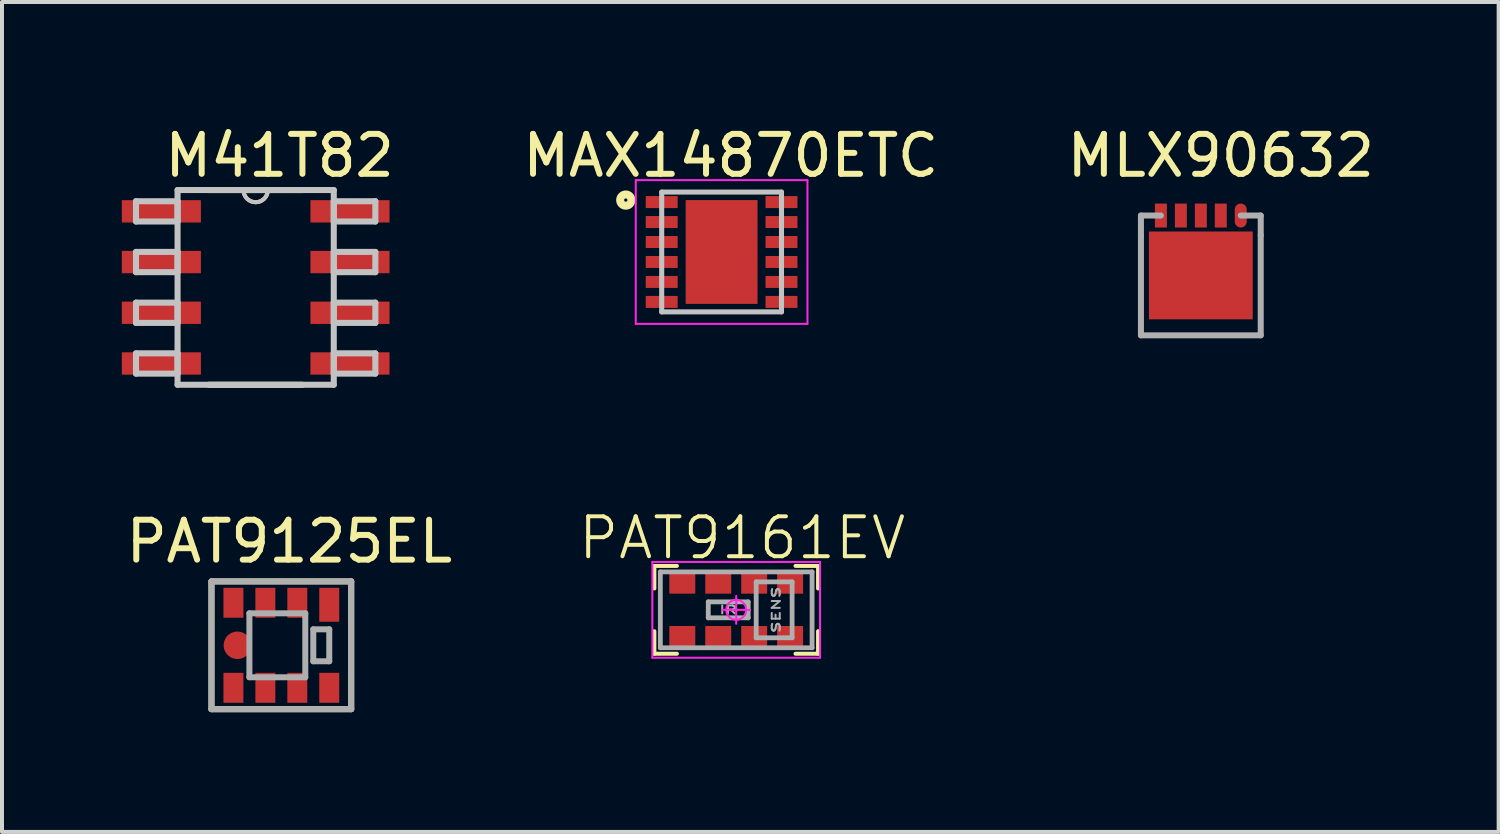
<source format=kicad_pcb>
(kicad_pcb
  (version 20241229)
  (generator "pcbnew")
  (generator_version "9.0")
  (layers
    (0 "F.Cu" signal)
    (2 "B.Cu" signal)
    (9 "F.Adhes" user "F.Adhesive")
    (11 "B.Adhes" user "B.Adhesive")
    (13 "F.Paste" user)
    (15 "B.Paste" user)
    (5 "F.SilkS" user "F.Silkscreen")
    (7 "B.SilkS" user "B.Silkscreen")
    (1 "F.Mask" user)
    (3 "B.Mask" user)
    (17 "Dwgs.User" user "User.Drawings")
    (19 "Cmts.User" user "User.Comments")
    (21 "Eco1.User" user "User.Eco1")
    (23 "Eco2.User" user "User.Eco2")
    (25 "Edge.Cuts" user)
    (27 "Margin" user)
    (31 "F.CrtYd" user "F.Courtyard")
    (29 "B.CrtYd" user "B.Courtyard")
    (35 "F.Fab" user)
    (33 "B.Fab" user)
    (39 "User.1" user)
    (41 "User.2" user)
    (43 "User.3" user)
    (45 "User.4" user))
  (footprint "MLX90632"
    (layer "F.Cu")
    (at 28.024 2.348)
    (property "Reference" "MLX90632" (at -0.5 -1.5 0) (layer "F.SilkS") (effects (font (size 1 1) (thickness 0.15))))
    (attr through_hole)
    (fp_line (start -2.5 0) (end -2 0) (stroke (width 0.15) (type solid)) (layer "F.Fab"))
    (fp_line (start -2.5 0.5) (end -2.5 0) (stroke (width 0.15) (type solid)) (layer "F.Fab"))
    (fp_line (start -2.5 0.5) (end -2.5 3) (stroke (width 0.15) (type solid)) (layer "F.Fab"))
    (fp_line (start -2.5 3) (end 0.5 3) (stroke (width 0.15) (type solid)) (layer "F.Fab"))
    (fp_line (start 0.5 0) (end 0 0) (stroke (width 0.15) (type solid)) (layer "F.Fab"))
    (fp_line (start 0.5 0.5) (end 0.5 0) (stroke (width 0.15) (type solid)) (layer "F.Fab"))
    (fp_line (start 0.5 3) (end 0.5 0.5) (stroke (width 0.15) (type solid)) (layer "F.Fab"))
    (pad "1" smd oval (at 0 0) (size 0.3 0.6) (layers "F.Cu" "F.Mask" "F.Paste"))
    (pad "2" smd rect (at -0.5 0) (size 0.3 0.6) (layers "F.Cu" "F.Mask" "F.Paste"))
    (pad "3" smd rect (at -1 0) (size 0.3 0.6) (layers "F.Cu" "F.Mask" "F.Paste"))
    (pad "4" smd rect (at -1.5 0) (size 0.3 0.6) (layers "F.Cu" "F.Mask" "F.Paste"))
    (pad "5" smd rect (at -2 0) (size 0.3 0.6) (layers "F.Cu" "F.Mask" "F.Paste"))
    (pad "6" smd rect (at -1 1.5) (size 2.6 2.2) (layers "F.Cu" "F.Mask" "F.Paste")))
  (footprint "PAT9125EL"
    (layer "F.Cu")
    (at 3.996 13.111)
    (property "Reference" "PAT9125EL" (at 0.2 -2.6 0) (layer "F.SilkS") (effects (font (size 1 1) (thickness 0.15))))
    (attr through_hole)
    (fp_line (start -1.75 -1.6) (end 1.75 -1.6) (stroke (width 0.15) (type solid)) (layer "F.SilkS"))
    (fp_line (start -1.75 1.6) (end -1.75 -1.6) (stroke (width 0.15) (type solid)) (layer "F.SilkS"))
    (fp_line (start 1.75 -1.6) (end 1.75 1.6) (stroke (width 0.15) (type solid)) (layer "F.SilkS"))
    (fp_line (start 1.75 1.6) (end -1.75 1.6) (stroke (width 0.15) (type solid)) (layer "F.SilkS"))
    (fp_line (start -1.75 -1.6) (end 1.75 -1.6) (stroke (width 0.15) (type solid)) (layer "F.Fab"))
    (fp_line (start -1.75 1.6) (end -1.75 -1.6) (stroke (width 0.15) (type solid)) (layer "F.Fab"))
    (fp_line (start -0.8 -0.8) (end -0.8 0.8) (stroke (width 0.15) (type solid)) (layer "F.Fab"))
    (fp_line (start -0.8 -0.8) (end 0.6 -0.8) (stroke (width 0.15) (type solid)) (layer "F.Fab"))
    (fp_line (start -0.8 0.8) (end 0.6 0.8) (stroke (width 0.15) (type solid)) (layer "F.Fab"))
    (fp_line (start 0.6 0.8) (end 0.6 -0.8) (stroke (width 0.15) (type solid)) (layer "F.Fab"))
    (fp_line (start 0.8 -0.4) (end 0.8 0.4) (stroke (width 0.15) (type solid)) (layer "F.Fab"))
    (fp_line (start 0.8 0.4) (end 1.2 0.4) (stroke (width 0.15) (type solid)) (layer "F.Fab"))
    (fp_line (start 1.2 -0.4) (end 0.8 -0.4) (stroke (width 0.15) (type solid)) (layer "F.Fab"))
    (fp_line (start 1.2 0.4) (end 1.2 -0.4) (stroke (width 0.15) (type solid)) (layer "F.Fab"))
    (fp_line (start 1.75 -1.6) (end 1.75 1.6) (stroke (width 0.15) (type solid)) (layer "F.Fab"))
    (fp_line (start 1.75 1.6) (end -1.75 1.6) (stroke (width 0.15) (type solid)) (layer "F.Fab"))
    (pad "1" smd rect (at 1.2 -1.015) (size 0.5 0.85) (layers "F.Cu" "F.Mask" "F.Paste"))
    (pad "2" smd rect (at 0.4 -1.065) (size 0.5 0.75) (layers "F.Cu" "F.Mask" "F.Paste"))
    (pad "3" smd rect (at -0.4 -1.065) (size 0.5 0.75) (layers "F.Cu" "F.Mask" "F.Paste"))
    (pad "4" smd rect (at -1.2 -1.065) (size 0.5 0.75) (layers "F.Cu" "F.Mask" "F.Paste"))
    (pad "5" smd rect (at -1.2 1.065) (size 0.5 0.75) (layers "F.Cu" "F.Mask" "F.Paste"))
    (pad "6" smd rect (at -0.4 1.065) (size 0.5 0.75) (layers "F.Cu" "F.Mask" "F.Paste"))
    (pad "7" smd rect (at 0.4 1.065) (size 0.5 0.75) (layers "F.Cu" "F.Mask" "F.Paste"))
    (pad "8" smd rect (at 1.2 1.065) (size 0.5 0.75) (layers "F.Cu" "F.Mask" "F.Paste"))
    (pad "9" smd circle (at -1.1 0) (size 0.69 0.69) (layers "F.Cu" "F.Mask" "F.Paste")))
  (footprint "PAT9161EV"
    (layer "F.Cu")
    (at 15.388 12.223)
    (property "Reference" "PAT9161EV" (at 0.15 -1.8 0) (layer "F.SilkS") (effects (font (size 1 1) (thickness 0.1))))
    (attr smd)
    (fp_line (start -2.05 -1.1) (end -2.05 -0.535) (stroke (width 0.1) (type solid)) (layer "F.SilkS"))
    (fp_line (start -2.05 1.1) (end -2.05 0.535) (stroke (width 0.1) (type solid)) (layer "F.SilkS"))
    (fp_line (start -1.485 -1.1) (end -2.05 -1.1) (stroke (width 0.1) (type solid)) (layer "F.SilkS"))
    (fp_line (start -1.485 1.1) (end -2.05 1.1) (stroke (width 0.1) (type solid)) (layer "F.SilkS"))
    (fp_line (start 1.485 -1.1) (end 2.05 -1.1) (stroke (width 0.1) (type solid)) (layer "F.SilkS"))
    (fp_line (start 1.485 1.1) (end 2.05 1.1) (stroke (width 0.1) (type solid)) (layer "F.SilkS"))
    (fp_line (start 2.05 -1.1) (end 2.05 -0.535) (stroke (width 0.1) (type solid)) (layer "F.SilkS"))
    (fp_line (start 2.05 1.1) (end 2.05 0.535) (stroke (width 0.1) (type solid)) (layer "F.SilkS"))
    (fp_line (start -2.1 -1.2) (end 2.1 -1.2) (stroke (width 0.05) (type solid)) (layer "F.CrtYd"))
    (fp_line (start -2.1 1.2) (end -2.1 -1.2) (stroke (width 0.05) (type solid)) (layer "F.CrtYd"))
    (fp_line (start -0.35 0) (end 0.35 0) (stroke (width 0.05) (type solid)) (layer "F.CrtYd"))
    (fp_line (start 0 -0.35) (end 0 0.35) (stroke (width 0.05) (type solid)) (layer "F.CrtYd"))
    (fp_line (start 2.1 -1.2) (end 2.1 1.2) (stroke (width 0.05) (type solid)) (layer "F.CrtYd"))
    (fp_line (start 2.1 1.2) (end -2.1 1.2) (stroke (width 0.05) (type solid)) (layer "F.CrtYd"))
    (fp_circle (center 0 0) (end 0 0.25) (stroke (width 0.05) (type solid)) (fill no) (layer "F.CrtYd"))
    (fp_line (start -1.9 -0.95) (end 1.9 -0.95) (stroke (width 0.12) (type solid)) (layer "F.Fab"))
    (fp_line (start -1.9 0.95) (end -1.9 -0.95) (stroke (width 0.12) (type solid)) (layer "F.Fab"))
    (fp_line (start -0.7 -0.2) (end -0.7 0.2) (stroke (width 0.12) (type solid)) (layer "F.Fab"))
    (fp_line (start -0.7 0.2) (end 0.3 0.2) (stroke (width 0.12) (type solid)) (layer "F.Fab"))
    (fp_line (start 0.3 -0.2) (end -0.7 -0.2) (stroke (width 0.12) (type solid)) (layer "F.Fab"))
    (fp_line (start 0.3 0.2) (end 0.3 -0.2) (stroke (width 0.12) (type solid)) (layer "F.Fab"))
    (fp_line (start 0.5 -0.7) (end 0.5 0.7) (stroke (width 0.12) (type solid)) (layer "F.Fab"))
    (fp_line (start 0.5 0.7) (end 1.4 0.7) (stroke (width 0.12) (type solid)) (layer "F.Fab"))
    (fp_line (start 1.4 -0.7) (end 0.5 -0.7) (stroke (width 0.12) (type solid)) (layer "F.Fab"))
    (fp_line (start 1.4 0.7) (end 1.4 -0.7) (stroke (width 0.12) (type solid)) (layer "F.Fab"))
    (fp_line (start 1.9 -0.95) (end 1.9 0.95) (stroke (width 0.12) (type solid)) (layer "F.Fab"))
    (fp_line (start 1.9 0.95) (end -1.9 0.95) (stroke (width 0.12) (type solid)) (layer "F.Fab"))
    (fp_text user "IR" (at -0.2 0 0) (layer "F.Fab") (effects (font (size 0.2 0.3) (thickness 0.05))))
    (fp_text user "SENS" (at 1 0 90) (layer "F.Fab") (effects (font (size 0.2 0.3) (thickness 0.05))))
    (pad "1" smd rect (at -1.35 -0.655) (size 0.65 0.5) (layers "F.Cu" "F.Mask" "F.Paste"))
    (pad "2" smd rect (at -0.45 -0.655) (size 0.65 0.5) (layers "F.Cu" "F.Mask" "F.Paste"))
    (pad "3" smd rect (at 0.45 -0.655) (size 0.65 0.5) (layers "F.Cu" "F.Mask" "F.Paste"))
    (pad "4" smd rect (at 1.35 -0.655) (size 0.65 0.5) (layers "F.Cu" "F.Mask" "F.Paste"))
    (pad "5" smd rect (at 1.35 0.655) (size 0.65 0.5) (layers "F.Cu" "F.Mask" "F.Paste"))
    (pad "6" smd rect (at 0.45 0.655) (size 0.65 0.5) (layers "F.Cu" "F.Mask" "F.Paste"))
    (pad "7" smd rect (at -0.45 0.655) (size 0.65 0.5) (layers "F.Cu" "F.Mask" "F.Paste"))
    (pad "8" smd rect (at -1.35 0.655) (size 0.65 0.5) (layers "F.Cu" "F.Mask" "F.Paste")))
  (footprint "M41T82"
    (layer "F.Cu")
    (at 3.353 4.148)
    (property "Reference" "M41T82" (at 0.6 -3.3 0) (layer "F.SilkS") (effects (font (size 1 1) (thickness 0.15))))
    (attr smd)
    (fp_line (start -1.168 2.438) (end 1.168 2.438) (stroke (width 0.152) (type solid)) (layer "F.SilkS"))
    (fp_line (start -0.305 -2.438) (end -1.168 -2.438) (stroke (width 0.152) (type solid)) (layer "F.SilkS"))
    (fp_line (start 0.305 -2.438) (end -0.305 -2.438) (stroke (width 0.152) (type solid)) (layer "F.SilkS"))
    (fp_line (start 1.168 -2.438) (end 0.305 -2.438) (stroke (width 0.152) (type solid)) (layer "F.SilkS"))
    (fp_arc (start 0.3048 -2.4384) (mid 0 -2.1336) (end -0.3048 -2.4384) (stroke (width 0.1) (type solid)) (layer "F.SilkS"))
    (fp_line (start -2.997 -2.159) (end -2.997 -1.651) (stroke (width 0.152) (type solid)) (layer "Dwgs.User"))
    (fp_line (start -2.997 -1.651) (end -1.956 -1.651) (stroke (width 0.152) (type solid)) (layer "Dwgs.User"))
    (fp_line (start -2.997 -0.889) (end -2.997 -0.381) (stroke (width 0.152) (type solid)) (layer "Dwgs.User"))
    (fp_line (start -2.997 -0.381) (end -1.956 -0.381) (stroke (width 0.152) (type solid)) (layer "Dwgs.User"))
    (fp_line (start -2.997 0.381) (end -2.997 0.889) (stroke (width 0.152) (type solid)) (layer "Dwgs.User"))
    (fp_line (start -2.997 0.889) (end -1.956 0.889) (stroke (width 0.152) (type solid)) (layer "Dwgs.User"))
    (fp_line (start -2.997 1.651) (end -2.997 2.159) (stroke (width 0.152) (type solid)) (layer "Dwgs.User"))
    (fp_line (start -2.997 2.159) (end -1.956 2.159) (stroke (width 0.152) (type solid)) (layer "Dwgs.User"))
    (fp_line (start -1.956 -2.438) (end -1.956 2.438) (stroke (width 0.152) (type solid)) (layer "Dwgs.User"))
    (fp_line (start -1.956 -2.159) (end -2.997 -2.159) (stroke (width 0.152) (type solid)) (layer "Dwgs.User"))
    (fp_line (start -1.956 -1.651) (end -1.956 -2.159) (stroke (width 0.152) (type solid)) (layer "Dwgs.User"))
    (fp_line (start -1.956 -0.889) (end -2.997 -0.889) (stroke (width 0.152) (type solid)) (layer "Dwgs.User"))
    (fp_line (start -1.956 -0.381) (end -1.956 -0.889) (stroke (width 0.152) (type solid)) (layer "Dwgs.User"))
    (fp_line (start -1.956 0.381) (end -2.997 0.381) (stroke (width 0.152) (type solid)) (layer "Dwgs.User"))
    (fp_line (start -1.956 0.889) (end -1.956 0.381) (stroke (width 0.152) (type solid)) (layer "Dwgs.User"))
    (fp_line (start -1.956 1.651) (end -2.997 1.651) (stroke (width 0.152) (type solid)) (layer "Dwgs.User"))
    (fp_line (start -1.956 2.159) (end -1.956 1.651) (stroke (width 0.152) (type solid)) (layer "Dwgs.User"))
    (fp_line (start -1.956 2.438) (end 1.956 2.438) (stroke (width 0.152) (type solid)) (layer "Dwgs.User"))
    (fp_line (start -0.305 -2.438) (end -1.956 -2.438) (stroke (width 0.152) (type solid)) (layer "Dwgs.User"))
    (fp_line (start 0.305 -2.438) (end -0.305 -2.438) (stroke (width 0.152) (type solid)) (layer "Dwgs.User"))
    (fp_line (start 1.956 -2.438) (end 0.305 -2.438) (stroke (width 0.152) (type solid)) (layer "Dwgs.User"))
    (fp_line (start 1.956 -2.159) (end 1.956 -1.651) (stroke (width 0.152) (type solid)) (layer "Dwgs.User"))
    (fp_line (start 1.956 -1.651) (end 2.997 -1.651) (stroke (width 0.152) (type solid)) (layer "Dwgs.User"))
    (fp_line (start 1.956 -0.889) (end 1.956 -0.381) (stroke (width 0.152) (type solid)) (layer "Dwgs.User"))
    (fp_line (start 1.956 -0.381) (end 2.997 -0.381) (stroke (width 0.152) (type solid)) (layer "Dwgs.User"))
    (fp_line (start 1.956 0.381) (end 1.956 0.889) (stroke (width 0.152) (type solid)) (layer "Dwgs.User"))
    (fp_line (start 1.956 0.889) (end 2.997 0.889) (stroke (width 0.152) (type solid)) (layer "Dwgs.User"))
    (fp_line (start 1.956 1.651) (end 1.956 2.159) (stroke (width 0.152) (type solid)) (layer "Dwgs.User"))
    (fp_line (start 1.956 2.159) (end 2.997 2.159) (stroke (width 0.152) (type solid)) (layer "Dwgs.User"))
    (fp_line (start 1.956 2.438) (end 1.956 -2.438) (stroke (width 0.152) (type solid)) (layer "Dwgs.User"))
    (fp_line (start 2.997 -2.159) (end 1.956 -2.159) (stroke (width 0.152) (type solid)) (layer "Dwgs.User"))
    (fp_line (start 2.997 -1.651) (end 2.997 -2.159) (stroke (width 0.152) (type solid)) (layer "Dwgs.User"))
    (fp_line (start 2.997 -0.889) (end 1.956 -0.889) (stroke (width 0.152) (type solid)) (layer "Dwgs.User"))
    (fp_line (start 2.997 -0.381) (end 2.997 -0.889) (stroke (width 0.152) (type solid)) (layer "Dwgs.User"))
    (fp_line (start 2.997 0.381) (end 1.956 0.381) (stroke (width 0.152) (type solid)) (layer "Dwgs.User"))
    (fp_line (start 2.997 0.889) (end 2.997 0.381) (stroke (width 0.152) (type solid)) (layer "Dwgs.User"))
    (fp_line (start 2.997 1.651) (end 1.956 1.651) (stroke (width 0.152) (type solid)) (layer "Dwgs.User"))
    (fp_line (start 2.997 2.159) (end 2.997 1.651) (stroke (width 0.152) (type solid)) (layer "Dwgs.User"))
    (fp_arc (start 0.3048 -2.4384) (mid 0 -2.1336) (end -0.3048 -2.4384) (stroke (width 0.1) (type solid)) (layer "Dwgs.User"))
    (pad "1" smd rect (at -2.362 -1.905) (size 1.981 0.559) (layers "F.Cu" "F.Mask" "F.Paste"))
    (pad "2" smd rect (at -2.362 -0.635) (size 1.981 0.559) (layers "F.Cu" "F.Mask" "F.Paste"))
    (pad "3" smd rect (at -2.362 0.635) (size 1.981 0.559) (layers "F.Cu" "F.Mask" "F.Paste"))
    (pad "4" smd rect (at -2.362 1.905) (size 1.981 0.559) (layers "F.Cu" "F.Mask" "F.Paste"))
    (pad "5" smd rect (at 2.362 1.905) (size 1.981 0.559) (layers "F.Cu" "F.Mask" "F.Paste"))
    (pad "6" smd rect (at 2.362 0.635) (size 1.981 0.559) (layers "F.Cu" "F.Mask" "F.Paste"))
    (pad "7" smd rect (at 2.362 -0.635) (size 1.981 0.559) (layers "F.Cu" "F.Mask" "F.Paste"))
    (pad "8" smd rect (at 2.362 -1.905) (size 1.981 0.559) (layers "F.Cu" "F.Mask" "F.Paste")))
  (footprint "MAX14870ETC"
    (layer "F.Cu")
    (at 15.022 3.261)
    (property "Reference" "MAX14870ETC" (at 0.229 -2.413 0) (layer "F.SilkS") (effects (font (size 1 1) (thickness 0.15))))
    (attr smd)
    (fp_poly (pts (xy -1.952 0.55) (xy -1.05 0.55) (xy -1.05 0.951) (xy -1.952 0.951)) (stroke (width 0) (type solid)) (fill yes) (layer "F.Mask"))
    (fp_poly (pts (xy -1.952 1.05) (xy -1.05 1.05) (xy -1.05 1.452) (xy -1.952 1.452)) (stroke (width 0) (type solid)) (fill yes) (layer "F.Mask"))
    (fp_poly (pts (xy -1.951 -0.95) (xy -1.05 -0.95) (xy -1.05 -0.55) (xy -1.951 -0.55)) (stroke (width 0) (type solid)) (fill yes) (layer "F.Mask"))
    (fp_poly (pts (xy -1.951 0.05) (xy -1.05 0.05) (xy -1.05 0.45) (xy -1.951 0.45)) (stroke (width 0) (type solid)) (fill yes) (layer "F.Mask"))
    (fp_poly (pts (xy -1.95 -0.45) (xy -1.05 -0.45) (xy -1.05 -0.05) (xy -1.95 -0.05)) (stroke (width 0) (type solid)) (fill yes) (layer "F.Mask"))
    (fp_poly (pts (xy -1.95 -1.45) (xy -1.05 -1.45) (xy -1.05 -1.05) (xy -1.95 -1.05)) (stroke (width 0) (type solid)) (fill yes) (layer "F.Mask"))
    (fp_poly (pts (xy -0.951 -1.35) (xy 0.95 -1.35) (xy 0.95 1.351) (xy -0.951 1.351)) (stroke (width 0) (type solid)) (fill yes) (layer "F.Mask"))
    (fp_poly (pts (xy 1.05 -1.45) (xy 1.95 -1.45) (xy 1.95 -1.05) (xy 1.05 -1.05)) (stroke (width 0) (type solid)) (fill yes) (layer "F.Mask"))
    (fp_poly (pts (xy 1.051 0.55) (xy 1.95 0.55) (xy 1.95 0.951) (xy 1.051 0.951)) (stroke (width 0) (type solid)) (fill yes) (layer "F.Mask"))
    (fp_poly (pts (xy 1.051 -0.45) (xy 1.95 -0.45) (xy 1.95 -0.05) (xy 1.051 -0.05)) (stroke (width 0) (type solid)) (fill yes) (layer "F.Mask"))
    (fp_poly (pts (xy 1.051 0.05) (xy 1.95 0.05) (xy 1.95 0.45) (xy 1.051 0.45)) (stroke (width 0) (type solid)) (fill yes) (layer "F.Mask"))
    (fp_poly (pts (xy 1.052 -0.95) (xy 1.95 -0.95) (xy 1.95 -0.551) (xy 1.052 -0.551)) (stroke (width 0) (type solid)) (fill yes) (layer "F.Mask"))
    (fp_poly (pts (xy 1.052 1.05) (xy 1.95 1.05) (xy 1.95 1.453) (xy 1.052 1.453)) (stroke (width 0) (type solid)) (fill yes) (layer "F.Mask"))
    (fp_circle (center -2.4 -1.3) (end -2.259 -1.3) (stroke (width 0.2) (type solid)) (fill no) (layer "F.SilkS"))
    (fp_poly (pts (xy -0.52 -0.92) (xy 0.52 -0.92) (xy 0.52 0.92) (xy -0.52 0.92)) (stroke (width 0) (type solid)) (fill yes) (layer "F.Paste"))
    (fp_line (start -1.5 -1.5) (end 1.5 -1.5) (stroke (width 0.127) (type solid)) (layer "Dwgs.User"))
    (fp_line (start -1.5 1.5) (end -1.5 -1.5) (stroke (width 0.127) (type solid)) (layer "Dwgs.User"))
    (fp_line (start 1.5 -1.5) (end 1.5 1.5) (stroke (width 0.127) (type solid)) (layer "Dwgs.User"))
    (fp_line (start 1.5 1.5) (end -1.5 1.5) (stroke (width 0.127) (type solid)) (layer "Dwgs.User"))
    (fp_line (start -2.15 -1.8) (end 2.15 -1.8) (stroke (width 0.05) (type solid)) (layer "F.CrtYd"))
    (fp_line (start -2.15 1.8) (end -2.15 -1.8) (stroke (width 0.05) (type solid)) (layer "F.CrtYd"))
    (fp_line (start 2.15 -1.8) (end 2.15 1.8) (stroke (width 0.05) (type solid)) (layer "F.CrtYd"))
    (fp_line (start 2.15 1.8) (end -2.15 1.8) (stroke (width 0.05) (type solid)) (layer "F.CrtYd"))
    (pad "1" smd rect (at -1.5 -1.25) (size 0.8 0.3) (layers "F.Cu" "F.Mask" "F.Paste"))
    (pad "2" smd rect (at -1.5 -0.75) (size 0.8 0.3) (layers "F.Cu" "F.Mask" "F.Paste"))
    (pad "3" smd rect (at -1.5 -0.25) (size 0.8 0.3) (layers "F.Cu" "F.Mask" "F.Paste"))
    (pad "4" smd rect (at -1.5 0.25) (size 0.8 0.3) (layers "F.Cu" "F.Mask" "F.Paste"))
    (pad "5" smd rect (at -1.5 0.75) (size 0.8 0.3) (layers "F.Cu" "F.Mask" "F.Paste"))
    (pad "6" smd rect (at -1.5 1.25) (size 0.8 0.3) (layers "F.Cu" "F.Mask" "F.Paste"))
    (pad "7" smd rect (at 1.5 1.25 180) (size 0.8 0.3) (layers "F.Cu" "F.Mask" "F.Paste"))
    (pad "8" smd rect (at 1.5 0.75 180) (size 0.8 0.3) (layers "F.Cu" "F.Mask" "F.Paste"))
    (pad "9" smd rect (at 1.5 0.25 180) (size 0.8 0.3) (layers "F.Cu" "F.Mask" "F.Paste"))
    (pad "10" smd rect (at 1.5 -0.25 180) (size 0.8 0.3) (layers "F.Cu" "F.Mask" "F.Paste"))
    (pad "11" smd rect (at 1.5 -0.75 180) (size 0.8 0.3) (layers "F.Cu" "F.Mask" "F.Paste"))
    (pad "12" smd rect (at 1.5 -1.25 180) (size 0.8 0.3) (layers "F.Cu" "F.Mask" "F.Paste"))
    (pad "13" smd rect (at 0 0) (size 1.8 2.6) (layers "F.Cu" "F.Mask" "F.Paste")))
  (gr_rect
    (start -3 -3)
    (end 34.483 17.786)
    (stroke (width 0.1) (type default))
    (fill no)
    (layer "Edge.Cuts")))
</source>
